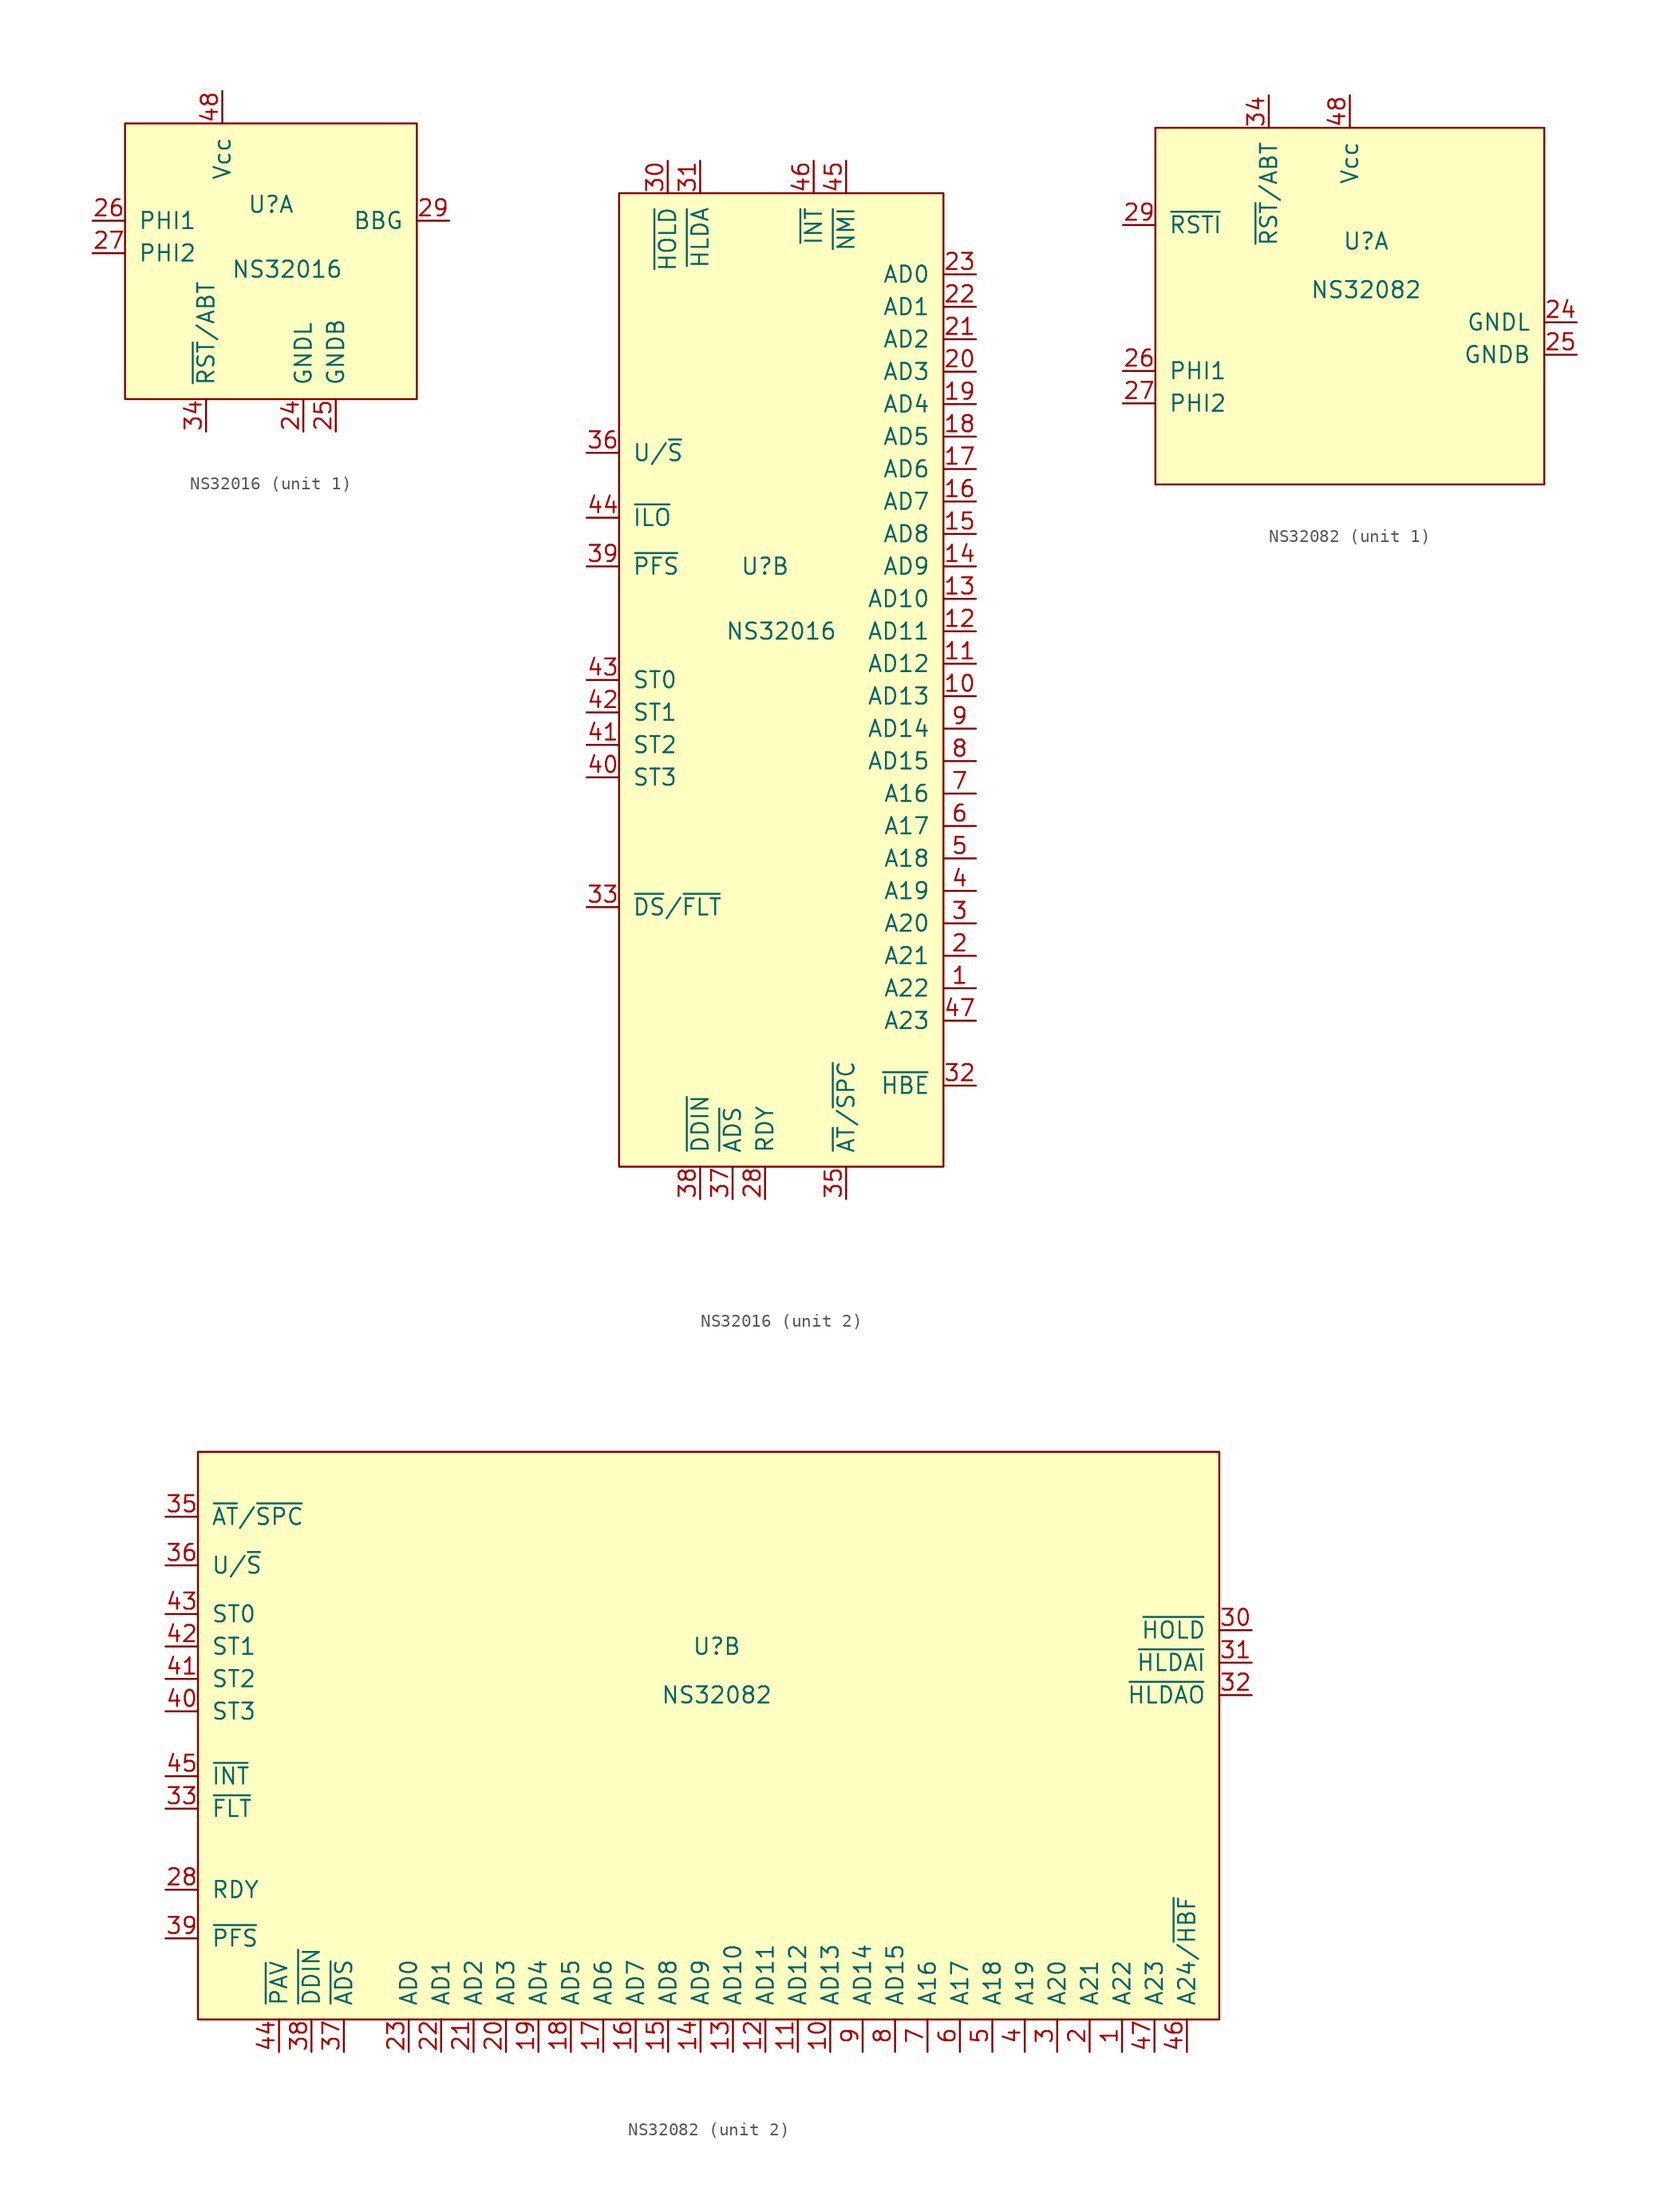
<source format=kicad_sym>
(kicad_symbol_lib
  (version 20231120)
  (generator "kicad_symbol_editor")
  (generator_version "8.0")
  (symbol "NS32016"
    (pin_names
      (offset 1.016))
    (property "Reference" "U"
      (at -1.27 5.08 0)
      (effects (font (size 1.27 1.27))))
    (property "Value" "NS32016"
      (at 0 0 0)
      (effects (font (size 1.27 1.27))))
    (symbol "NS32016_1_1"
      (rectangle (start -12.7 11.43) (end 10.16 -10.16) (stroke (width 0) (type solid)) (fill (type background)))
      (pin power_in line (at 1.27 -12.7 90) (length 2.54) (name "GNDL" (effects (font (size 1.27 1.27)))) (number "24" (effects (font (size 1.27 1.27)))))
      (pin power_in line (at 3.81 -12.7 90) (length 2.54) (name "GNDB" (effects (font (size 1.27 1.27)))) (number "25" (effects (font (size 1.27 1.27)))))
      (pin input line (at -15.24 3.81 0) (length 2.54) (name "PHI1" (effects (font (size 1.27 1.27)))) (number "26" (effects (font (size 1.27 1.27)))))
      (pin input line (at -15.24 1.27 0) (length 2.54) (name "PHI2" (effects (font (size 1.27 1.27)))) (number "27" (effects (font (size 1.27 1.27)))))
      (pin power_out line (at 12.7 3.81 180) (length 2.54) (name "BBG" (effects (font (size 1.27 1.27)))) (number "29" (effects (font (size 1.27 1.27)))))
      (pin input line (at -6.35 -12.7 90) (length 2.54) (name "~{RST}/ABT" (effects (font (size 1.27 1.27)))) (number "34" (effects (font (size 1.27 1.27)))))
      (pin power_in line (at -5.08 13.97 270) (length 2.54) (name "Vcc" (effects (font (size 1.27 1.27)))) (number "48" (effects (font (size 1.27 1.27))))))
    (symbol "NS32016_2_1"
      (rectangle (start -12.7 34.29) (end 12.7 -41.91) (stroke (width 0) (type solid)) (fill (type background)))
      (pin output line (at 15.24 -27.94 180) (length 2.54) (name "A22" (effects (font (size 1.27 1.27)))) (number "1" (effects (font (size 1.27 1.27)))))
      (pin bidirectional line (at 15.24 -5.08 180) (length 2.54) (name "AD13" (effects (font (size 1.27 1.27)))) (number "10" (effects (font (size 1.27 1.27)))))
      (pin bidirectional line (at 15.24 -2.54 180) (length 2.54) (name "AD12" (effects (font (size 1.27 1.27)))) (number "11" (effects (font (size 1.27 1.27)))))
      (pin bidirectional line (at 15.24 0 180) (length 2.54) (name "AD11" (effects (font (size 1.27 1.27)))) (number "12" (effects (font (size 1.27 1.27)))))
      (pin bidirectional line (at 15.24 2.54 180) (length 2.54) (name "AD10" (effects (font (size 1.27 1.27)))) (number "13" (effects (font (size 1.27 1.27)))))
      (pin bidirectional line (at 15.24 5.08 180) (length 2.54) (name "AD9" (effects (font (size 1.27 1.27)))) (number "14" (effects (font (size 1.27 1.27)))))
      (pin bidirectional line (at 15.24 7.62 180) (length 2.54) (name "AD8" (effects (font (size 1.27 1.27)))) (number "15" (effects (font (size 1.27 1.27)))))
      (pin bidirectional line (at 15.24 10.16 180) (length 2.54) (name "AD7" (effects (font (size 1.27 1.27)))) (number "16" (effects (font (size 1.27 1.27)))))
      (pin bidirectional line (at 15.24 12.7 180) (length 2.54) (name "AD6" (effects (font (size 1.27 1.27)))) (number "17" (effects (font (size 1.27 1.27)))))
      (pin bidirectional line (at 15.24 15.24 180) (length 2.54) (name "AD5" (effects (font (size 1.27 1.27)))) (number "18" (effects (font (size 1.27 1.27)))))
      (pin bidirectional line (at 15.24 17.78 180) (length 2.54) (name "AD4" (effects (font (size 1.27 1.27)))) (number "19" (effects (font (size 1.27 1.27)))))
      (pin output line (at 15.24 -25.4 180) (length 2.54) (name "A21" (effects (font (size 1.27 1.27)))) (number "2" (effects (font (size 1.27 1.27)))))
      (pin bidirectional line (at 15.24 20.32 180) (length 2.54) (name "AD3" (effects (font (size 1.27 1.27)))) (number "20" (effects (font (size 1.27 1.27)))))
      (pin bidirectional line (at 15.24 22.86 180) (length 2.54) (name "AD2" (effects (font (size 1.27 1.27)))) (number "21" (effects (font (size 1.27 1.27)))))
      (pin bidirectional line (at 15.24 25.4 180) (length 2.54) (name "AD1" (effects (font (size 1.27 1.27)))) (number "22" (effects (font (size 1.27 1.27)))))
      (pin bidirectional line (at 15.24 27.94 180) (length 2.54) (name "AD0" (effects (font (size 1.27 1.27)))) (number "23" (effects (font (size 1.27 1.27)))))
      (pin input line (at -1.27 -44.45 90) (length 2.54) (name "RDY" (effects (font (size 1.27 1.27)))) (number "28" (effects (font (size 1.27 1.27)))))
      (pin output line (at 15.24 -22.86 180) (length 2.54) (name "A20" (effects (font (size 1.27 1.27)))) (number "3" (effects (font (size 1.27 1.27)))))
      (pin input line (at -8.89 36.83 270) (length 2.54) (name "~{HOLD}" (effects (font (size 1.27 1.27)))) (number "30" (effects (font (size 1.27 1.27)))))
      (pin output line (at -6.35 36.83 270) (length 2.54) (name "~{HLDA}" (effects (font (size 1.27 1.27)))) (number "31" (effects (font (size 1.27 1.27)))))
      (pin output line (at 15.24 -35.56 180) (length 2.54) (name "~{HBE}" (effects (font (size 1.27 1.27)))) (number "32" (effects (font (size 1.27 1.27)))))
      (pin bidirectional line (at -15.24 -21.59 0) (length 2.54) (name "~{DS}/~{FLT}" (effects (font (size 1.27 1.27)))) (number "33" (effects (font (size 1.27 1.27)))))
      (pin output line (at 5.08 -44.45 90) (length 2.54) (name "~{AT}/~{SPC}" (effects (font (size 1.27 1.27)))) (number "35" (effects (font (size 1.27 1.27)))))
      (pin output line (at -15.24 13.97 0) (length 2.54) (name "U/~{S}" (effects (font (size 1.27 1.27)))) (number "36" (effects (font (size 1.27 1.27)))))
      (pin output line (at -3.81 -44.45 90) (length 2.54) (name "~{ADS}" (effects (font (size 1.27 1.27)))) (number "37" (effects (font (size 1.27 1.27)))))
      (pin output line (at -6.35 -44.45 90) (length 2.54) (name "~{DDIN}" (effects (font (size 1.27 1.27)))) (number "38" (effects (font (size 1.27 1.27)))))
      (pin output line (at -15.24 5.08 0) (length 2.54) (name "~{PFS}" (effects (font (size 1.27 1.27)))) (number "39" (effects (font (size 1.27 1.27)))))
      (pin output line (at 15.24 -20.32 180) (length 2.54) (name "A19" (effects (font (size 1.27 1.27)))) (number "4" (effects (font (size 1.27 1.27)))))
      (pin output line (at -15.24 -11.43 0) (length 2.54) (name "ST3" (effects (font (size 1.27 1.27)))) (number "40" (effects (font (size 1.27 1.27)))))
      (pin output line (at -15.24 -8.89 0) (length 2.54) (name "ST2" (effects (font (size 1.27 1.27)))) (number "41" (effects (font (size 1.27 1.27)))))
      (pin output line (at -15.24 -6.35 0) (length 2.54) (name "ST1" (effects (font (size 1.27 1.27)))) (number "42" (effects (font (size 1.27 1.27)))))
      (pin output line (at -15.24 -3.81 0) (length 2.54) (name "ST0" (effects (font (size 1.27 1.27)))) (number "43" (effects (font (size 1.27 1.27)))))
      (pin output line (at -15.24 8.89 0) (length 2.54) (name "~{ILO}" (effects (font (size 1.27 1.27)))) (number "44" (effects (font (size 1.27 1.27)))))
      (pin input line (at 5.08 36.83 270) (length 2.54) (name "~{NMI}" (effects (font (size 1.27 1.27)))) (number "45" (effects (font (size 1.27 1.27)))))
      (pin input line (at 2.54 36.83 270) (length 2.54) (name "~{INT}" (effects (font (size 1.27 1.27)))) (number "46" (effects (font (size 1.27 1.27)))))
      (pin output line (at 15.24 -30.48 180) (length 2.54) (name "A23" (effects (font (size 1.27 1.27)))) (number "47" (effects (font (size 1.27 1.27)))))
      (pin output line (at 15.24 -17.78 180) (length 2.54) (name "A18" (effects (font (size 1.27 1.27)))) (number "5" (effects (font (size 1.27 1.27)))))
      (pin output line (at 15.24 -15.24 180) (length 2.54) (name "A17" (effects (font (size 1.27 1.27)))) (number "6" (effects (font (size 1.27 1.27)))))
      (pin output line (at 15.24 -12.7 180) (length 2.54) (name "A16" (effects (font (size 1.27 1.27)))) (number "7" (effects (font (size 1.27 1.27)))))
      (pin bidirectional line (at 15.24 -10.16 180) (length 2.54) (name "AD15" (effects (font (size 1.27 1.27)))) (number "8" (effects (font (size 1.27 1.27)))))
      (pin bidirectional line (at 15.24 -7.62 180) (length 2.54) (name "AD14" (effects (font (size 1.27 1.27)))) (number "9" (effects (font (size 1.27 1.27)))))))
  (symbol "NS32082"
    (pin_names
      (offset 1.016))
    (property "Reference" "U"
      (at 0 6.35 0)
      (effects (font (size 1.27 1.27))))
    (property "Value" "NS32082"
      (at 0 2.54 0)
      (effects (font (size 1.27 1.27))))
    (symbol "NS32082_1_1"
      (rectangle (start -16.51 15.24) (end 13.97 -12.7) (stroke (width 0) (type solid)) (fill (type background)))
      (pin power_in line (at 16.51 0 180) (length 2.54) (name "GNDL" (effects (font (size 1.27 1.27)))) (number "24" (effects (font (size 1.27 1.27)))))
      (pin power_in line (at 16.51 -2.54 180) (length 2.54) (name "GNDB" (effects (font (size 1.27 1.27)))) (number "25" (effects (font (size 1.27 1.27)))))
      (pin input line (at -19.05 -3.81 0) (length 2.54) (name "PHI1" (effects (font (size 1.27 1.27)))) (number "26" (effects (font (size 1.27 1.27)))))
      (pin input line (at -19.05 -6.35 0) (length 2.54) (name "PHI2" (effects (font (size 1.27 1.27)))) (number "27" (effects (font (size 1.27 1.27)))))
      (pin input line (at -19.05 7.62 0) (length 2.54) (name "~{RSTI}" (effects (font (size 1.27 1.27)))) (number "29" (effects (font (size 1.27 1.27)))))
      (pin output line (at -7.62 17.78 270) (length 2.54) (name "~{RST}/ABT" (effects (font (size 1.27 1.27)))) (number "34" (effects (font (size 1.27 1.27)))))
      (pin power_in line (at -1.27 17.78 270) (length 2.54) (name "Vcc" (effects (font (size 1.27 1.27)))) (number "48" (effects (font (size 1.27 1.27))))))
    (symbol "NS32082_2_1"
      (rectangle (start -40.64 -22.86) (end 39.37 21.59) (stroke (width 0) (type solid)) (fill (type background)))
      (pin bidirectional line (at 31.75 -25.4 90) (length 2.54) (name "A22" (effects (font (size 1.27 1.27)))) (number "1" (effects (font (size 1.27 1.27)))))
      (pin bidirectional line (at 8.89 -25.4 90) (length 2.54) (name "AD13" (effects (font (size 1.27 1.27)))) (number "10" (effects (font (size 1.27 1.27)))))
      (pin bidirectional line (at 6.35 -25.4 90) (length 2.54) (name "AD12" (effects (font (size 1.27 1.27)))) (number "11" (effects (font (size 1.27 1.27)))))
      (pin bidirectional line (at 3.81 -25.4 90) (length 2.54) (name "AD11" (effects (font (size 1.27 1.27)))) (number "12" (effects (font (size 1.27 1.27)))))
      (pin bidirectional line (at 1.27 -25.4 90) (length 2.54) (name "AD10" (effects (font (size 1.27 1.27)))) (number "13" (effects (font (size 1.27 1.27)))))
      (pin bidirectional line (at -1.27 -25.4 90) (length 2.54) (name "AD9" (effects (font (size 1.27 1.27)))) (number "14" (effects (font (size 1.27 1.27)))))
      (pin bidirectional line (at -3.81 -25.4 90) (length 2.54) (name "AD8" (effects (font (size 1.27 1.27)))) (number "15" (effects (font (size 1.27 1.27)))))
      (pin bidirectional line (at -6.35 -25.4 90) (length 2.54) (name "AD7" (effects (font (size 1.27 1.27)))) (number "16" (effects (font (size 1.27 1.27)))))
      (pin bidirectional line (at -8.89 -25.4 90) (length 2.54) (name "AD6" (effects (font (size 1.27 1.27)))) (number "17" (effects (font (size 1.27 1.27)))))
      (pin bidirectional line (at -11.43 -25.4 90) (length 2.54) (name "AD5" (effects (font (size 1.27 1.27)))) (number "18" (effects (font (size 1.27 1.27)))))
      (pin bidirectional line (at -13.97 -25.4 90) (length 2.54) (name "AD4" (effects (font (size 1.27 1.27)))) (number "19" (effects (font (size 1.27 1.27)))))
      (pin bidirectional line (at 29.21 -25.4 90) (length 2.54) (name "A21" (effects (font (size 1.27 1.27)))) (number "2" (effects (font (size 1.27 1.27)))))
      (pin bidirectional line (at -16.51 -25.4 90) (length 2.54) (name "AD3" (effects (font (size 1.27 1.27)))) (number "20" (effects (font (size 1.27 1.27)))))
      (pin bidirectional line (at -19.05 -25.4 90) (length 2.54) (name "AD2" (effects (font (size 1.27 1.27)))) (number "21" (effects (font (size 1.27 1.27)))))
      (pin bidirectional line (at -21.59 -25.4 90) (length 2.54) (name "AD1" (effects (font (size 1.27 1.27)))) (number "22" (effects (font (size 1.27 1.27)))))
      (pin bidirectional line (at -24.13 -25.4 90) (length 2.54) (name "AD0" (effects (font (size 1.27 1.27)))) (number "23" (effects (font (size 1.27 1.27)))))
      (pin input line (at -43.18 -12.7 0) (length 2.54) (name "RDY" (effects (font (size 1.27 1.27)))) (number "28" (effects (font (size 1.27 1.27)))))
      (pin bidirectional line (at 26.67 -25.4 90) (length 2.54) (name "A20" (effects (font (size 1.27 1.27)))) (number "3" (effects (font (size 1.27 1.27)))))
      (pin input line (at 41.91 7.62 180) (length 2.54) (name "~{HOLD}" (effects (font (size 1.27 1.27)))) (number "30" (effects (font (size 1.27 1.27)))))
      (pin input line (at 41.91 5.08 180) (length 2.54) (name "~{HLDAI}" (effects (font (size 1.27 1.27)))) (number "31" (effects (font (size 1.27 1.27)))))
      (pin output line (at 41.91 2.54 180) (length 2.54) (name "~{HLDAO}" (effects (font (size 1.27 1.27)))) (number "32" (effects (font (size 1.27 1.27)))))
      (pin output line (at -43.18 -6.35 0) (length 2.54) (name "~{FLT}" (effects (font (size 1.27 1.27)))) (number "33" (effects (font (size 1.27 1.27)))))
      (pin bidirectional line (at -43.18 16.51 0) (length 2.54) (name "~{AT}/~{SPC}" (effects (font (size 1.27 1.27)))) (number "35" (effects (font (size 1.27 1.27)))))
      (pin input line (at -43.18 12.7 0) (length 2.54) (name "U/~{S}" (effects (font (size 1.27 1.27)))) (number "36" (effects (font (size 1.27 1.27)))))
      (pin bidirectional line (at -29.21 -25.4 90) (length 2.54) (name "~{ADS}" (effects (font (size 1.27 1.27)))) (number "37" (effects (font (size 1.27 1.27)))))
      (pin bidirectional line (at -31.75 -25.4 90) (length 2.54) (name "~{DDIN}" (effects (font (size 1.27 1.27)))) (number "38" (effects (font (size 1.27 1.27)))))
      (pin input line (at -43.18 -16.51 0) (length 2.54) (name "~{PFS}" (effects (font (size 1.27 1.27)))) (number "39" (effects (font (size 1.27 1.27)))))
      (pin bidirectional line (at 24.13 -25.4 90) (length 2.54) (name "A19" (effects (font (size 1.27 1.27)))) (number "4" (effects (font (size 1.27 1.27)))))
      (pin input line (at -43.18 1.27 0) (length 2.54) (name "ST3" (effects (font (size 1.27 1.27)))) (number "40" (effects (font (size 1.27 1.27)))))
      (pin input line (at -43.18 3.81 0) (length 2.54) (name "ST2" (effects (font (size 1.27 1.27)))) (number "41" (effects (font (size 1.27 1.27)))))
      (pin input line (at -43.18 6.35 0) (length 2.54) (name "ST1" (effects (font (size 1.27 1.27)))) (number "42" (effects (font (size 1.27 1.27)))))
      (pin input line (at -43.18 8.89 0) (length 2.54) (name "ST0" (effects (font (size 1.27 1.27)))) (number "43" (effects (font (size 1.27 1.27)))))
      (pin output line (at -34.29 -25.4 90) (length 2.54) (name "~{PAV}" (effects (font (size 1.27 1.27)))) (number "44" (effects (font (size 1.27 1.27)))))
      (pin output line (at -43.18 -3.81 0) (length 2.54) (name "~{INT}" (effects (font (size 1.27 1.27)))) (number "45" (effects (font (size 1.27 1.27)))))
      (pin bidirectional line (at 36.83 -25.4 90) (length 2.54) (name "A24/~{HBF}" (effects (font (size 1.27 1.27)))) (number "46" (effects (font (size 1.27 1.27)))))
      (pin bidirectional line (at 34.29 -25.4 90) (length 2.54) (name "A23" (effects (font (size 1.27 1.27)))) (number "47" (effects (font (size 1.27 1.27)))))
      (pin bidirectional line (at 21.59 -25.4 90) (length 2.54) (name "A18" (effects (font (size 1.27 1.27)))) (number "5" (effects (font (size 1.27 1.27)))))
      (pin bidirectional line (at 19.05 -25.4 90) (length 2.54) (name "A17" (effects (font (size 1.27 1.27)))) (number "6" (effects (font (size 1.27 1.27)))))
      (pin bidirectional line (at 16.51 -25.4 90) (length 2.54) (name "A16" (effects (font (size 1.27 1.27)))) (number "7" (effects (font (size 1.27 1.27)))))
      (pin bidirectional line (at 13.97 -25.4 90) (length 2.54) (name "AD15" (effects (font (size 1.27 1.27)))) (number "8" (effects (font (size 1.27 1.27)))))
      (pin bidirectional line (at 11.43 -25.4 90) (length 2.54) (name "AD14" (effects (font (size 1.27 1.27)))) (number "9" (effects (font (size 1.27 1.27))))))))
</source>
